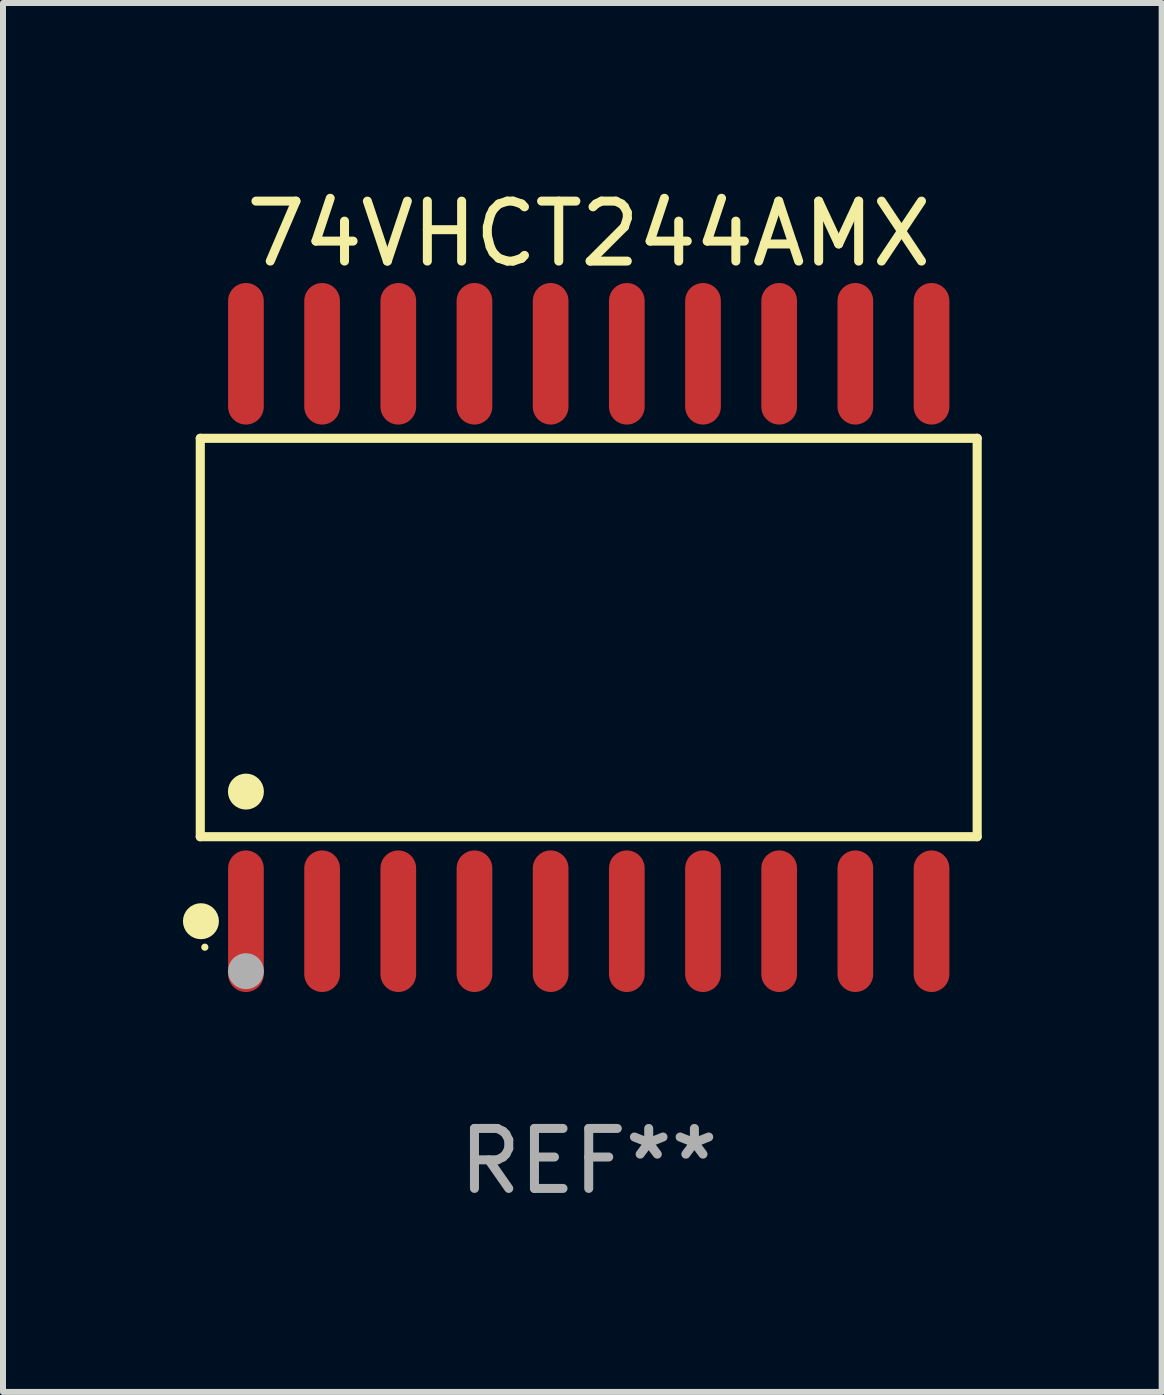
<source format=kicad_pcb>
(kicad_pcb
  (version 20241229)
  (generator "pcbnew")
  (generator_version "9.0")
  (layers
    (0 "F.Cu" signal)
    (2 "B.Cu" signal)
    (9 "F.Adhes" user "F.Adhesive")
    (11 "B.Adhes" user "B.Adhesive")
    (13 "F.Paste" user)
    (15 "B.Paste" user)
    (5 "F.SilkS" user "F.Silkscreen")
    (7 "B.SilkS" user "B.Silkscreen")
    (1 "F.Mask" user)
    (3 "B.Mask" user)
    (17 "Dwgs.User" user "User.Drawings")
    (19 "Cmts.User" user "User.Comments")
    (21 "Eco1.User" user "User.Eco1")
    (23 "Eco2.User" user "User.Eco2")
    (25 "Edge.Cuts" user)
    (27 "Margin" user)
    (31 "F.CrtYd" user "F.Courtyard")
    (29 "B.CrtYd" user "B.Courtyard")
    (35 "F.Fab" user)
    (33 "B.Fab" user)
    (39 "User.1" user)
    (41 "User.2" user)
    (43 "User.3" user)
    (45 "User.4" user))
  (footprint "74VHCT244AMX"
    (layer "F.Cu")
    (at 6.765 7.578)
    (property "Reference" "74VHCT244AMX" (at 0 -6.73 0) (layer "F.SilkS") (effects (font (size 1 1) (thickness 0.15))))
    (attr through_hole)
    (fp_line (start -6.476 -3.321) (end 6.476 -3.321) (stroke (width 0.152) (type solid)) (layer "F.SilkS"))
    (fp_line (start -6.476 3.321) (end -6.476 -3.321) (stroke (width 0.152) (type solid)) (layer "F.SilkS"))
    (fp_line (start 6.476 -3.321) (end 6.476 3.321) (stroke (width 0.152) (type solid)) (layer "F.SilkS"))
    (fp_line (start 6.476 3.321) (end -6.476 3.321) (stroke (width 0.152) (type solid)) (layer "F.SilkS"))
    (fp_circle (center -6.465 4.73) (end -6.315 4.73) (stroke (width 0.3) (type solid)) (fill no) (layer "F.SilkS"))
    (fp_circle (center -6.4 5.163) (end -6.37 5.163) (stroke (width 0.06) (type solid)) (fill no) (layer "F.SilkS"))
    (fp_circle (center -5.715 2.569) (end -5.565 2.569) (stroke (width 0.3) (type solid)) (fill no) (layer "F.SilkS"))
    (fp_circle (center -5.715 5.563) (end -5.565 5.563) (stroke (width 0.3) (type solid)) (fill no) (layer "F.Fab"))
    (fp_text user "REF**" (at 0 8.73 0) (layer "F.Fab") (effects (font (size 1 1) (thickness 0.15))))
    (pad "1" smd oval (at -5.715 4.73) (size 0.595 2.36) (layers "F.Cu" "F.Mask" "F.Paste"))
    (pad "2" smd oval (at -4.445 4.73) (size 0.595 2.36) (layers "F.Cu" "F.Mask" "F.Paste"))
    (pad "3" smd oval (at -3.175 4.73) (size 0.595 2.36) (layers "F.Cu" "F.Mask" "F.Paste"))
    (pad "4" smd oval (at -1.905 4.73) (size 0.595 2.36) (layers "F.Cu" "F.Mask" "F.Paste"))
    (pad "5" smd oval (at -0.635 4.73) (size 0.595 2.36) (layers "F.Cu" "F.Mask" "F.Paste"))
    (pad "6" smd oval (at 0.635 4.73) (size 0.595 2.36) (layers "F.Cu" "F.Mask" "F.Paste"))
    (pad "7" smd oval (at 1.905 4.73) (size 0.595 2.36) (layers "F.Cu" "F.Mask" "F.Paste"))
    (pad "8" smd oval (at 3.175 4.73) (size 0.595 2.36) (layers "F.Cu" "F.Mask" "F.Paste"))
    (pad "9" smd oval (at 4.445 4.73) (size 0.595 2.36) (layers "F.Cu" "F.Mask" "F.Paste"))
    (pad "10" smd oval (at 5.715 4.73) (size 0.595 2.36) (layers "F.Cu" "F.Mask" "F.Paste"))
    (pad "11" smd oval (at 5.715 -4.73) (size 0.595 2.36) (layers "F.Cu" "F.Mask" "F.Paste"))
    (pad "12" smd oval (at 4.445 -4.73) (size 0.595 2.36) (layers "F.Cu" "F.Mask" "F.Paste"))
    (pad "13" smd oval (at 3.175 -4.73) (size 0.595 2.36) (layers "F.Cu" "F.Mask" "F.Paste"))
    (pad "14" smd oval (at 1.905 -4.73) (size 0.595 2.36) (layers "F.Cu" "F.Mask" "F.Paste"))
    (pad "15" smd oval (at 0.635 -4.73) (size 0.595 2.36) (layers "F.Cu" "F.Mask" "F.Paste"))
    (pad "16" smd oval (at -0.635 -4.73) (size 0.595 2.36) (layers "F.Cu" "F.Mask" "F.Paste"))
    (pad "17" smd oval (at -1.905 -4.73) (size 0.595 2.36) (layers "F.Cu" "F.Mask" "F.Paste"))
    (pad "18" smd oval (at -3.175 -4.73) (size 0.595 2.36) (layers "F.Cu" "F.Mask" "F.Paste"))
    (pad "19" smd oval (at -4.445 -4.73) (size 0.595 2.36) (layers "F.Cu" "F.Mask" "F.Paste"))
    (pad "20" smd oval (at -5.715 -4.73) (size 0.595 2.36) (layers "F.Cu" "F.Mask" "F.Paste")))
  (gr_rect
    (start -3 -3)
    (end 16.317 20.156)
    (stroke (width 0.1) (type default))
    (fill no)
    (layer "Edge.Cuts")))
</source>
